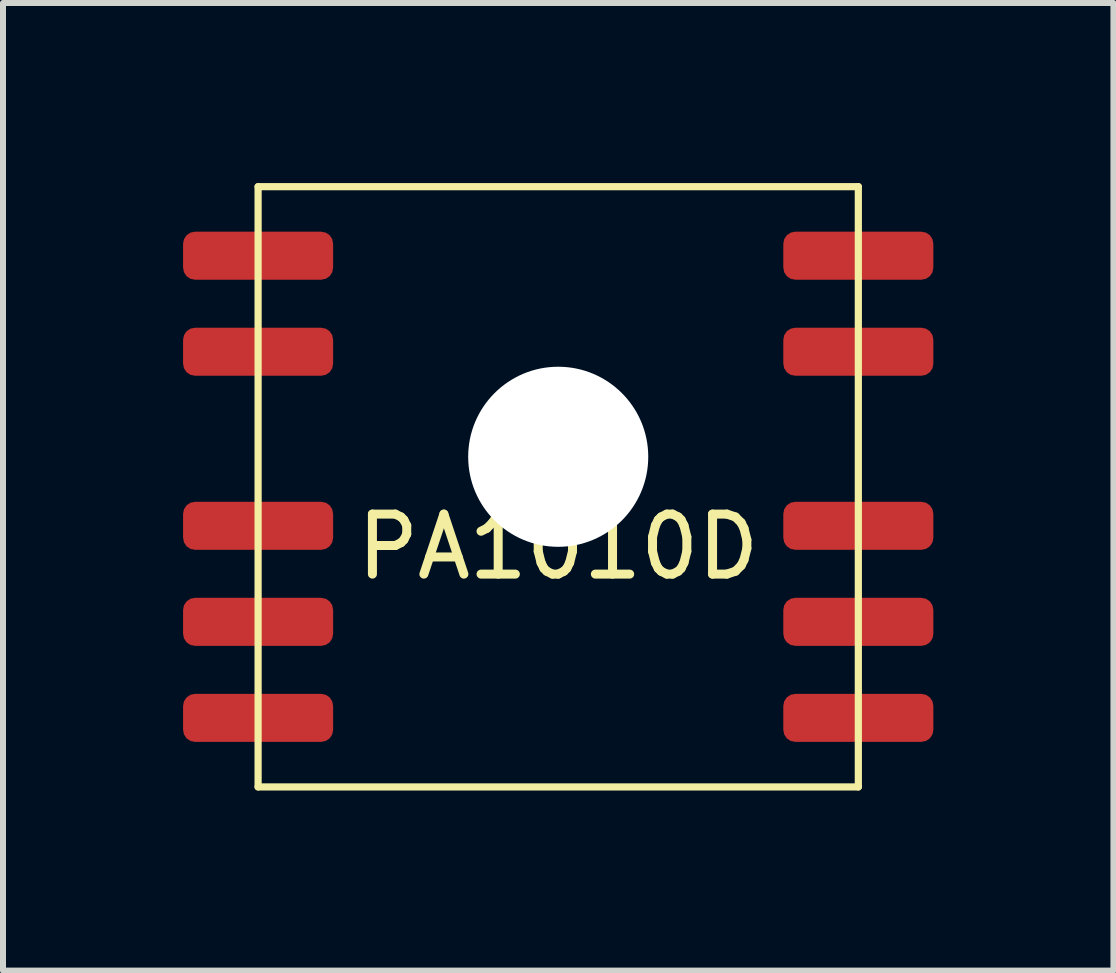
<source format=kicad_pcb>
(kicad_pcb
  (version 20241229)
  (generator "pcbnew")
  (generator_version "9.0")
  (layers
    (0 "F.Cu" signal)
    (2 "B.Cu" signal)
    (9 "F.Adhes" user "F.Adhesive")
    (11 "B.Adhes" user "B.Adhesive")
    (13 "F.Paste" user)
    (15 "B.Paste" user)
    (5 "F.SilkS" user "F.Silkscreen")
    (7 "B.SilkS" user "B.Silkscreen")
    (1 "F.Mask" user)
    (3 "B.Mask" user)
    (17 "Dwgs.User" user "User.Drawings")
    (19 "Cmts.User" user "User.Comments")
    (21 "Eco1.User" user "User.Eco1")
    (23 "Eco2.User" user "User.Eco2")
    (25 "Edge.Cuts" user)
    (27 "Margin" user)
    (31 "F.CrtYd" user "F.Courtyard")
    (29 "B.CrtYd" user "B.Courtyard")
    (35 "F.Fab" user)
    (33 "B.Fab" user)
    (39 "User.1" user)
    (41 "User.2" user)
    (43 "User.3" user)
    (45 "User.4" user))
  (footprint "PA1010D"
    (layer "F.Cu")
    (at 6.25 5.06)
    (property "Reference" "PA1010D" (at 0 1 0) (layer "F.SilkS") (effects (font (size 1 1) (thickness 0.15))))
    (attr through_hole)
    (fp_line (start -5 -5) (end 5 -5) (stroke (width 0.12) (type solid)) (layer "F.SilkS"))
    (fp_line (start -5 5) (end -5 -5) (stroke (width 0.12) (type solid)) (layer "F.SilkS"))
    (fp_line (start 5 -5) (end 5 5) (stroke (width 0.12) (type solid)) (layer "F.SilkS"))
    (fp_line (start 5 5) (end -5 5) (stroke (width 0.12) (type solid)) (layer "F.SilkS"))
    (pad "" np_thru_hole circle (at 0 -0.5) (size 3 3) (drill 3) (layers "*.Cu" "*.Mask"))
    (pad "1" smd roundrect (at -5 -3.85) (size 2.5 0.8) (layers "F.Cu" "F.Mask" "F.Paste") (roundrect_rratio 0.25))
    (pad "2" smd roundrect (at -5 -2.25) (size 2.5 0.8) (layers "F.Cu" "F.Mask" "F.Paste") (roundrect_rratio 0.25))
    (pad "3" smd roundrect (at -5 0.65) (size 2.5 0.8) (layers "F.Cu" "F.Mask" "F.Paste") (roundrect_rratio 0.25))
    (pad "4" smd roundrect (at -5 2.25) (size 2.5 0.8) (layers "F.Cu" "F.Mask" "F.Paste") (roundrect_rratio 0.25))
    (pad "5" smd roundrect (at -5 3.85) (size 2.5 0.8) (layers "F.Cu" "F.Mask" "F.Paste") (roundrect_rratio 0.25))
    (pad "6" smd roundrect (at 5 3.85) (size 2.5 0.8) (layers "F.Cu" "F.Mask" "F.Paste") (roundrect_rratio 0.25))
    (pad "7" smd roundrect (at 5 2.25) (size 2.5 0.8) (layers "F.Cu" "F.Mask" "F.Paste") (roundrect_rratio 0.25))
    (pad "8" smd roundrect (at 5 0.65) (size 2.5 0.8) (layers "F.Cu" "F.Mask" "F.Paste") (roundrect_rratio 0.25))
    (pad "9" smd roundrect (at 5 -2.25) (size 2.5 0.8) (layers "F.Cu" "F.Mask" "F.Paste") (roundrect_rratio 0.25))
    (pad "10" smd roundrect (at 5 -3.85) (size 2.5 0.8) (layers "F.Cu" "F.Mask" "F.Paste") (roundrect_rratio 0.25)))
  (gr_rect
    (start -3 -3)
    (end 15.5 13.12)
    (stroke (width 0.1) (type default))
    (fill no)
    (layer "Edge.Cuts")))
</source>
